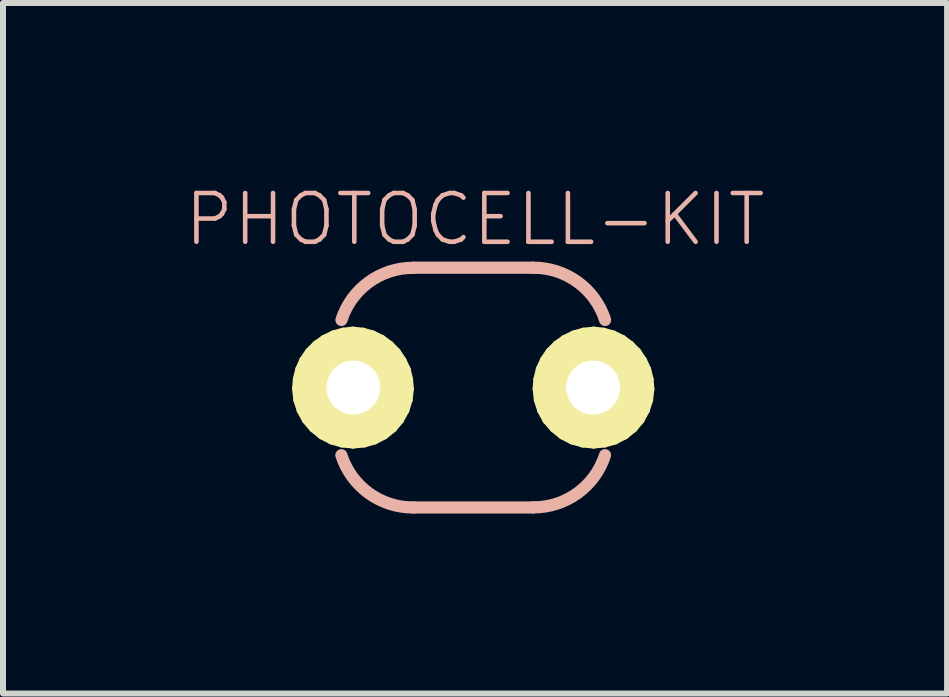
<source format=kicad_pcb>
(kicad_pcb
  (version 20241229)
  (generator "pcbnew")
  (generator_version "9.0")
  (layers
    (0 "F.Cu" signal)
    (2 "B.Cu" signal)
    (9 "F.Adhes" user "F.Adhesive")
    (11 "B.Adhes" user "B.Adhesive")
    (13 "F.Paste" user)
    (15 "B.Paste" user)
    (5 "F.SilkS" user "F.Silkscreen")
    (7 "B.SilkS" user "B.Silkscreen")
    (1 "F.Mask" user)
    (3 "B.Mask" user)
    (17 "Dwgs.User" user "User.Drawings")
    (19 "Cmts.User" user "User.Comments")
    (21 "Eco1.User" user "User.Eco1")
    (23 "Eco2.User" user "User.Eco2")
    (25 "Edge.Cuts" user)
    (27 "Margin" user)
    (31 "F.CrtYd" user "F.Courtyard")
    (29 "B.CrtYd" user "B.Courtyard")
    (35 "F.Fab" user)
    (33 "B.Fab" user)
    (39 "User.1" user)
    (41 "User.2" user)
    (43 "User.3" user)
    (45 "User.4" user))
  (footprint "PHOTOCELL-KIT"
    (layer "F.Cu")
    (at 4.841 3.413)
    (property "Reference" "PHOTOCELL-KIT" (at 0.03 -2.804 0) (layer "B.SilkS") (effects (font (size 0.813 0.813) (thickness 0.076))))
    (attr exclude_from_pos_files exclude_from_bom)
    (fp_line (start -2.957 0.02) (end -2.944 -0.142) (stroke (width 0.127) (type solid)) (layer "F.SilkS"))
    (fp_line (start -2.944 -0.142) (end -2.903 -0.307) (stroke (width 0.127) (type solid)) (layer "F.SilkS"))
    (fp_line (start -2.936 0.206) (end -2.957 0.02) (stroke (width 0.127) (type solid)) (layer "F.SilkS"))
    (fp_line (start -2.903 -0.307) (end -2.835 -0.46) (stroke (width 0.127) (type solid)) (layer "F.SilkS"))
    (fp_line (start -2.88 0.381) (end -2.936 0.206) (stroke (width 0.127) (type solid)) (layer "F.SilkS"))
    (fp_line (start -2.835 -0.46) (end -2.741 -0.599) (stroke (width 0.127) (type solid)) (layer "F.SilkS"))
    (fp_line (start -2.791 0.544) (end -2.88 0.381) (stroke (width 0.127) (type solid)) (layer "F.SilkS"))
    (fp_line (start -2.741 -0.599) (end -2.621 -0.719) (stroke (width 0.127) (type solid)) (layer "F.SilkS"))
    (fp_line (start -2.672 0.683) (end -2.791 0.544) (stroke (width 0.127) (type solid)) (layer "F.SilkS"))
    (fp_line (start -2.621 -0.719) (end -2.487 -0.815) (stroke (width 0.127) (type solid)) (layer "F.SilkS"))
    (fp_line (start -2.527 0.8) (end -2.672 0.683) (stroke (width 0.127) (type solid)) (layer "F.SilkS"))
    (fp_line (start -2.487 -0.815) (end -2.334 -0.889) (stroke (width 0.127) (type solid)) (layer "F.SilkS"))
    (fp_line (start -2.451 0.018) (end -2.441 -0.081) (stroke (width 0.127) (type solid)) (layer "F.SilkS"))
    (fp_line (start -2.441 -0.081) (end -2.41 -0.178) (stroke (width 0.127) (type solid)) (layer "F.SilkS"))
    (fp_line (start -2.436 0.114) (end -2.451 0.018) (stroke (width 0.127) (type solid)) (layer "F.SilkS"))
    (fp_line (start -2.41 -0.178) (end -2.357 -0.264) (stroke (width 0.127) (type solid)) (layer "F.SilkS"))
    (fp_line (start -2.403 0.206) (end -2.436 0.114) (stroke (width 0.127) (type solid)) (layer "F.SilkS"))
    (fp_line (start -2.365 0.884) (end -2.527 0.8) (stroke (width 0.127) (type solid)) (layer "F.SilkS"))
    (fp_line (start -2.357 -0.264) (end -2.286 -0.34) (stroke (width 0.127) (type solid)) (layer "F.SilkS"))
    (fp_line (start -2.349 0.287) (end -2.403 0.206) (stroke (width 0.127) (type solid)) (layer "F.SilkS"))
    (fp_line (start -2.334 -0.889) (end -2.172 -0.935) (stroke (width 0.127) (type solid)) (layer "F.SilkS"))
    (fp_line (start -2.286 -0.34) (end -2.202 -0.396) (stroke (width 0.127) (type solid)) (layer "F.SilkS"))
    (fp_line (start -2.278 0.356) (end -2.349 0.287) (stroke (width 0.127) (type solid)) (layer "F.SilkS"))
    (fp_line (start -2.202 -0.396) (end -2.106 -0.432) (stroke (width 0.127) (type solid)) (layer "F.SilkS"))
    (fp_line (start -2.195 0.404) (end -2.278 0.356) (stroke (width 0.127) (type solid)) (layer "F.SilkS"))
    (fp_line (start -2.187 0.935) (end -2.365 0.884) (stroke (width 0.127) (type solid)) (layer "F.SilkS"))
    (fp_line (start -2.172 -0.935) (end -2.007 -0.953) (stroke (width 0.127) (type solid)) (layer "F.SilkS"))
    (fp_line (start -2.106 -0.432) (end -2.007 -0.445) (stroke (width 0.127) (type solid)) (layer "F.SilkS"))
    (fp_line (start -2.103 0.434) (end -2.195 0.404) (stroke (width 0.127) (type solid)) (layer "F.SilkS"))
    (fp_line (start -2.007 -0.953) (end -1.839 -0.935) (stroke (width 0.127) (type solid)) (layer "F.SilkS"))
    (fp_line (start -2.007 -0.445) (end -1.905 -0.432) (stroke (width 0.127) (type solid)) (layer "F.SilkS"))
    (fp_line (start -2.007 0.445) (end -2.103 0.434) (stroke (width 0.127) (type solid)) (layer "F.SilkS"))
    (fp_line (start -2.004 0.953) (end -2.187 0.935) (stroke (width 0.127) (type solid)) (layer "F.SilkS"))
    (fp_line (start -1.908 0.434) (end -2.007 0.445) (stroke (width 0.127) (type solid)) (layer "F.SilkS"))
    (fp_line (start -1.905 -0.432) (end -1.811 -0.399) (stroke (width 0.127) (type solid)) (layer "F.SilkS"))
    (fp_line (start -1.839 -0.935) (end -1.676 -0.889) (stroke (width 0.127) (type solid)) (layer "F.SilkS"))
    (fp_line (start -1.819 0.935) (end -2.004 0.953) (stroke (width 0.127) (type solid)) (layer "F.SilkS"))
    (fp_line (start -1.816 0.401) (end -1.908 0.434) (stroke (width 0.127) (type solid)) (layer "F.SilkS"))
    (fp_line (start -1.811 -0.399) (end -1.727 -0.343) (stroke (width 0.127) (type solid)) (layer "F.SilkS"))
    (fp_line (start -1.732 0.351) (end -1.816 0.401) (stroke (width 0.127) (type solid)) (layer "F.SilkS"))
    (fp_line (start -1.727 -0.343) (end -1.656 -0.272) (stroke (width 0.127) (type solid)) (layer "F.SilkS"))
    (fp_line (start -1.676 -0.889) (end -1.524 -0.815) (stroke (width 0.127) (type solid)) (layer "F.SilkS"))
    (fp_line (start -1.661 0.282) (end -1.732 0.351) (stroke (width 0.127) (type solid)) (layer "F.SilkS"))
    (fp_line (start -1.656 -0.272) (end -1.605 -0.185) (stroke (width 0.127) (type solid)) (layer "F.SilkS"))
    (fp_line (start -1.643 0.884) (end -1.819 0.935) (stroke (width 0.127) (type solid)) (layer "F.SilkS"))
    (fp_line (start -1.608 0.198) (end -1.661 0.282) (stroke (width 0.127) (type solid)) (layer "F.SilkS"))
    (fp_line (start -1.605 -0.185) (end -1.572 -0.089) (stroke (width 0.127) (type solid)) (layer "F.SilkS"))
    (fp_line (start -1.575 0.107) (end -1.608 0.198) (stroke (width 0.127) (type solid)) (layer "F.SilkS"))
    (fp_line (start -1.572 -0.089) (end -1.565 0.008) (stroke (width 0.127) (type solid)) (layer "F.SilkS"))
    (fp_line (start -1.565 0.008) (end -1.575 0.107) (stroke (width 0.127) (type solid)) (layer "F.SilkS"))
    (fp_line (start -1.524 -0.815) (end -1.389 -0.716) (stroke (width 0.127) (type solid)) (layer "F.SilkS"))
    (fp_line (start -1.481 0.8) (end -1.643 0.884) (stroke (width 0.127) (type solid)) (layer "F.SilkS"))
    (fp_line (start -1.389 -0.716) (end -1.273 -0.597) (stroke (width 0.127) (type solid)) (layer "F.SilkS"))
    (fp_line (start -1.336 0.683) (end -1.481 0.8) (stroke (width 0.127) (type solid)) (layer "F.SilkS"))
    (fp_line (start -1.273 -0.597) (end -1.179 -0.457) (stroke (width 0.127) (type solid)) (layer "F.SilkS"))
    (fp_line (start -1.219 0.544) (end -1.336 0.683) (stroke (width 0.127) (type solid)) (layer "F.SilkS"))
    (fp_line (start -1.179 -0.457) (end -1.107 -0.305) (stroke (width 0.127) (type solid)) (layer "F.SilkS"))
    (fp_line (start -1.13 0.381) (end -1.219 0.544) (stroke (width 0.127) (type solid)) (layer "F.SilkS"))
    (fp_line (start -1.107 -0.305) (end -1.067 -0.14) (stroke (width 0.127) (type solid)) (layer "F.SilkS"))
    (fp_line (start -1.074 0.206) (end -1.13 0.381) (stroke (width 0.127) (type solid)) (layer "F.SilkS"))
    (fp_line (start -1.067 -0.14) (end -1.054 0.025) (stroke (width 0.127) (type solid)) (layer "F.SilkS"))
    (fp_line (start -1.054 0.025) (end -1.074 0.206) (stroke (width 0.127) (type solid)) (layer "F.SilkS"))
    (fp_line (start 1.054 0.02) (end 1.067 -0.142) (stroke (width 0.127) (type solid)) (layer "F.SilkS"))
    (fp_line (start 1.067 -0.142) (end 1.107 -0.307) (stroke (width 0.127) (type solid)) (layer "F.SilkS"))
    (fp_line (start 1.074 0.206) (end 1.054 0.02) (stroke (width 0.127) (type solid)) (layer "F.SilkS"))
    (fp_line (start 1.107 -0.307) (end 1.176 -0.46) (stroke (width 0.127) (type solid)) (layer "F.SilkS"))
    (fp_line (start 1.13 0.381) (end 1.074 0.206) (stroke (width 0.127) (type solid)) (layer "F.SilkS"))
    (fp_line (start 1.176 -0.46) (end 1.27 -0.599) (stroke (width 0.127) (type solid)) (layer "F.SilkS"))
    (fp_line (start 1.219 0.544) (end 1.13 0.381) (stroke (width 0.127) (type solid)) (layer "F.SilkS"))
    (fp_line (start 1.27 -0.599) (end 1.389 -0.719) (stroke (width 0.127) (type solid)) (layer "F.SilkS"))
    (fp_line (start 1.339 0.683) (end 1.219 0.544) (stroke (width 0.127) (type solid)) (layer "F.SilkS"))
    (fp_line (start 1.389 -0.719) (end 1.524 -0.815) (stroke (width 0.127) (type solid)) (layer "F.SilkS"))
    (fp_line (start 1.483 0.8) (end 1.339 0.683) (stroke (width 0.127) (type solid)) (layer "F.SilkS"))
    (fp_line (start 1.524 -0.815) (end 1.676 -0.889) (stroke (width 0.127) (type solid)) (layer "F.SilkS"))
    (fp_line (start 1.562 0.018) (end 1.57 -0.081) (stroke (width 0.127) (type solid)) (layer "F.SilkS"))
    (fp_line (start 1.57 -0.081) (end 1.6 -0.178) (stroke (width 0.127) (type solid)) (layer "F.SilkS"))
    (fp_line (start 1.575 0.114) (end 1.562 0.018) (stroke (width 0.127) (type solid)) (layer "F.SilkS"))
    (fp_line (start 1.6 -0.178) (end 1.654 -0.264) (stroke (width 0.127) (type solid)) (layer "F.SilkS"))
    (fp_line (start 1.608 0.206) (end 1.575 0.114) (stroke (width 0.127) (type solid)) (layer "F.SilkS"))
    (fp_line (start 1.646 0.884) (end 1.483 0.8) (stroke (width 0.127) (type solid)) (layer "F.SilkS"))
    (fp_line (start 1.654 -0.264) (end 1.725 -0.34) (stroke (width 0.127) (type solid)) (layer "F.SilkS"))
    (fp_line (start 1.661 0.287) (end 1.608 0.206) (stroke (width 0.127) (type solid)) (layer "F.SilkS"))
    (fp_line (start 1.676 -0.889) (end 1.839 -0.935) (stroke (width 0.127) (type solid)) (layer "F.SilkS"))
    (fp_line (start 1.725 -0.34) (end 1.808 -0.396) (stroke (width 0.127) (type solid)) (layer "F.SilkS"))
    (fp_line (start 1.732 0.356) (end 1.661 0.287) (stroke (width 0.127) (type solid)) (layer "F.SilkS"))
    (fp_line (start 1.808 -0.396) (end 1.905 -0.432) (stroke (width 0.127) (type solid)) (layer "F.SilkS"))
    (fp_line (start 1.816 0.404) (end 1.732 0.356) (stroke (width 0.127) (type solid)) (layer "F.SilkS"))
    (fp_line (start 1.824 0.935) (end 1.646 0.884) (stroke (width 0.127) (type solid)) (layer "F.SilkS"))
    (fp_line (start 1.839 -0.935) (end 2.007 -0.953) (stroke (width 0.127) (type solid)) (layer "F.SilkS"))
    (fp_line (start 1.905 -0.432) (end 2.007 -0.445) (stroke (width 0.127) (type solid)) (layer "F.SilkS"))
    (fp_line (start 1.908 0.434) (end 1.816 0.404) (stroke (width 0.127) (type solid)) (layer "F.SilkS"))
    (fp_line (start 2.007 -0.953) (end 2.172 -0.935) (stroke (width 0.127) (type solid)) (layer "F.SilkS"))
    (fp_line (start 2.007 -0.445) (end 2.106 -0.432) (stroke (width 0.127) (type solid)) (layer "F.SilkS"))
    (fp_line (start 2.007 0.445) (end 1.908 0.434) (stroke (width 0.127) (type solid)) (layer "F.SilkS"))
    (fp_line (start 2.007 0.953) (end 1.824 0.935) (stroke (width 0.127) (type solid)) (layer "F.SilkS"))
    (fp_line (start 2.103 0.434) (end 2.007 0.445) (stroke (width 0.127) (type solid)) (layer "F.SilkS"))
    (fp_line (start 2.106 -0.432) (end 2.2 -0.399) (stroke (width 0.127) (type solid)) (layer "F.SilkS"))
    (fp_line (start 2.172 -0.935) (end 2.334 -0.889) (stroke (width 0.127) (type solid)) (layer "F.SilkS"))
    (fp_line (start 2.192 0.935) (end 2.007 0.953) (stroke (width 0.127) (type solid)) (layer "F.SilkS"))
    (fp_line (start 2.195 0.401) (end 2.103 0.434) (stroke (width 0.127) (type solid)) (layer "F.SilkS"))
    (fp_line (start 2.2 -0.399) (end 2.283 -0.343) (stroke (width 0.127) (type solid)) (layer "F.SilkS"))
    (fp_line (start 2.278 0.351) (end 2.195 0.401) (stroke (width 0.127) (type solid)) (layer "F.SilkS"))
    (fp_line (start 2.283 -0.343) (end 2.355 -0.272) (stroke (width 0.127) (type solid)) (layer "F.SilkS"))
    (fp_line (start 2.334 -0.889) (end 2.487 -0.815) (stroke (width 0.127) (type solid)) (layer "F.SilkS"))
    (fp_line (start 2.349 0.282) (end 2.278 0.351) (stroke (width 0.127) (type solid)) (layer "F.SilkS"))
    (fp_line (start 2.355 -0.272) (end 2.405 -0.185) (stroke (width 0.127) (type solid)) (layer "F.SilkS"))
    (fp_line (start 2.367 0.884) (end 2.192 0.935) (stroke (width 0.127) (type solid)) (layer "F.SilkS"))
    (fp_line (start 2.403 0.198) (end 2.349 0.282) (stroke (width 0.127) (type solid)) (layer "F.SilkS"))
    (fp_line (start 2.405 -0.185) (end 2.438 -0.089) (stroke (width 0.127) (type solid)) (layer "F.SilkS"))
    (fp_line (start 2.436 0.107) (end 2.403 0.198) (stroke (width 0.127) (type solid)) (layer "F.SilkS"))
    (fp_line (start 2.438 -0.089) (end 2.446 0.008) (stroke (width 0.127) (type solid)) (layer "F.SilkS"))
    (fp_line (start 2.446 0.008) (end 2.436 0.107) (stroke (width 0.127) (type solid)) (layer "F.SilkS"))
    (fp_line (start 2.487 -0.815) (end 2.621 -0.716) (stroke (width 0.127) (type solid)) (layer "F.SilkS"))
    (fp_line (start 2.53 0.8) (end 2.367 0.884) (stroke (width 0.127) (type solid)) (layer "F.SilkS"))
    (fp_line (start 2.621 -0.716) (end 2.738 -0.597) (stroke (width 0.127) (type solid)) (layer "F.SilkS"))
    (fp_line (start 2.675 0.683) (end 2.53 0.8) (stroke (width 0.127) (type solid)) (layer "F.SilkS"))
    (fp_line (start 2.738 -0.597) (end 2.832 -0.457) (stroke (width 0.127) (type solid)) (layer "F.SilkS"))
    (fp_line (start 2.791 0.544) (end 2.675 0.683) (stroke (width 0.127) (type solid)) (layer "F.SilkS"))
    (fp_line (start 2.832 -0.457) (end 2.903 -0.305) (stroke (width 0.127) (type solid)) (layer "F.SilkS"))
    (fp_line (start 2.88 0.381) (end 2.791 0.544) (stroke (width 0.127) (type solid)) (layer "F.SilkS"))
    (fp_line (start 2.903 -0.305) (end 2.944 -0.14) (stroke (width 0.127) (type solid)) (layer "F.SilkS"))
    (fp_line (start 2.936 0.206) (end 2.88 0.381) (stroke (width 0.127) (type solid)) (layer "F.SilkS"))
    (fp_line (start 2.944 -0.14) (end 2.957 0.025) (stroke (width 0.127) (type solid)) (layer "F.SilkS"))
    (fp_line (start 2.957 0.025) (end 2.936 0.206) (stroke (width 0.127) (type solid)) (layer "F.SilkS"))
    (fp_line (start -0.998 -1.999) (end 0.998 -1.999) (stroke (width 0.203) (type solid)) (layer "B.SilkS"))
    (fp_line (start 0.998 1.999) (end -0.998 1.999) (stroke (width 0.203) (type solid)) (layer "B.SilkS"))
    (fp_arc (start -2.1971 -1.12776) (mid -1.740353 -1.75906) (end -0.99851 -1.997443) (stroke (width 0.2032) (type solid)) (layer "B.SilkS"))
    (fp_arc (start -0.99822 1.99898) (mid -1.74103 1.760471) (end -2.19848 1.128496) (stroke (width 0.2032) (type solid)) (layer "B.SilkS"))
    (fp_arc (start 0.99822 -1.99898) (mid 1.74103 -1.760471) (end 2.19848 -1.128496) (stroke (width 0.2032) (type solid)) (layer "B.SilkS"))
    (fp_arc (start 2.1971 1.12776) (mid 1.740353 1.75906) (end 0.99851 1.997443) (stroke (width 0.2032) (type solid)) (layer "B.SilkS"))
    (pad "1" thru_hole circle (at -1.999 0) (size 1.88 1.88) (drill 0.899) (layers "*.Cu" "F.Mask" "F.SilkS" "F.Paste"))
    (pad "2" thru_hole circle (at 1.999 0) (size 1.88 1.88) (drill 0.899) (layers "*.Cu" "F.Mask" "F.SilkS" "F.Paste")))
  (gr_rect
    (start -3 -3)
    (end 12.742 8.514)
    (stroke (width 0.1) (type default))
    (fill no)
    (layer "Edge.Cuts")))
</source>
